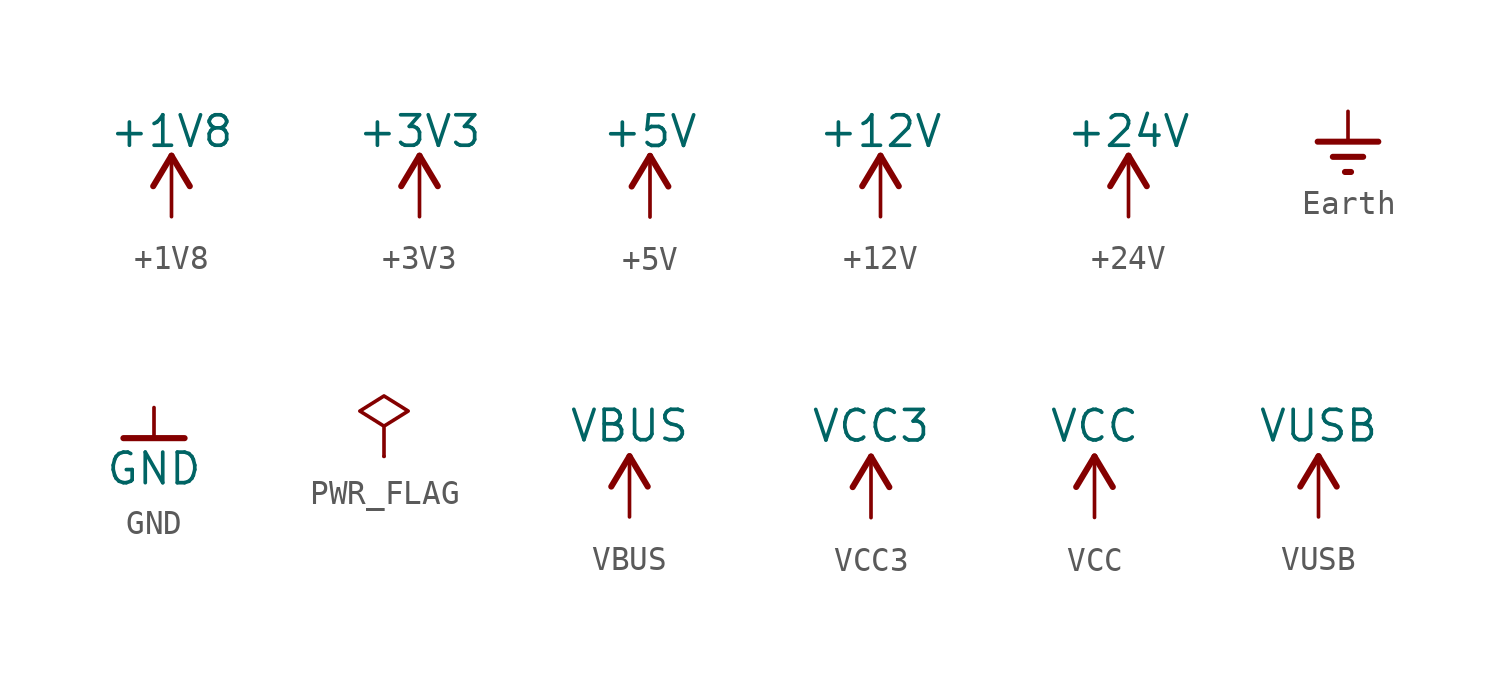
<source format=kicad_sym>
(kicad_symbol_lib
  (version 20211014)
  (generator kicad_symbol_editor)
  (symbol "+1V8"
    (power)
    (pin_names
      (offset 0))
    (property "Reference" "#PWR"
      (at 0 -3.81 0)
      (effects (font (size 1.27 1.27)) hide))
    (property "Value" "+1V8"
      (at 0 3.556 0)
      (effects (font (size 1.27 1.27))))
    (symbol "+1V8_0_1"
      (polyline (pts (xy -0.762 1.27) (xy 0 2.54)) (stroke (width 0.254) (type default) (color 0 0 0 0)) (fill (type none)))
      (polyline (pts (xy 0 0) (xy 0 2.54)) (stroke (width 0) (type default) (color 0 0 0 0)) (fill (type none)))
      (polyline (pts (xy 0 2.54) (xy 0.762 1.27)) (stroke (width 0.254) (type default) (color 0 0 0 0)) (fill (type none))))
    (symbol "+1V8_1_1"
      (pin power_in line (at 0 0 90) (length 0) hide (name "+1V8" (effects (font (size 1.27 1.27)))) (number "1" (effects (font (size 1.27 1.27)))))))
  (symbol "+3V3"
    (power)
    (pin_names
      (offset 0))
    (property "Reference" "#PWR"
      (at 0 -3.81 0)
      (effects (font (size 1.27 1.27)) hide))
    (property "Value" "+3V3"
      (at 0 3.556 0)
      (effects (font (size 1.27 1.27))))
    (symbol "+3V3_0_1"
      (polyline (pts (xy -0.762 1.27) (xy 0 2.54)) (stroke (width 0.254) (type default) (color 0 0 0 0)) (fill (type none)))
      (polyline (pts (xy 0 0) (xy 0 2.54)) (stroke (width 0) (type default) (color 0 0 0 0)) (fill (type none)))
      (polyline (pts (xy 0 2.54) (xy 0.762 1.27)) (stroke (width 0.254) (type default) (color 0 0 0 0)) (fill (type none))))
    (symbol "+3V3_1_1"
      (pin power_in line (at 0 0 90) (length 0) hide (name "+3V3" (effects (font (size 1.27 1.27)))) (number "1" (effects (font (size 1.27 1.27)))))))
  (symbol "+5V"
    (power)
    (pin_names
      (offset 0))
    (property "Reference" "#PWR"
      (at 0 -3.81 0)
      (effects (font (size 1.27 1.27)) hide))
    (property "Value" "+5V"
      (at 0 3.556 0)
      (effects (font (size 1.27 1.27))))
    (symbol "+5V_0_1"
      (polyline (pts (xy -0.762 1.27) (xy 0 2.54)) (stroke (width 0.254) (type default) (color 0 0 0 0)) (fill (type none)))
      (polyline (pts (xy 0 0) (xy 0 2.54)) (stroke (width 0) (type default) (color 0 0 0 0)) (fill (type none)))
      (polyline (pts (xy 0 2.54) (xy 0.762 1.27)) (stroke (width 0.254) (type default) (color 0 0 0 0)) (fill (type none))))
    (symbol "+5V_1_1"
      (pin power_in line (at 0 0 90) (length 0) hide (name "+5V" (effects (font (size 1.27 1.27)))) (number "1" (effects (font (size 1.27 1.27)))))))
  (symbol "+12V"
    (power)
    (pin_names
      (offset 0))
    (property "Reference" "#PWR"
      (at 0 -3.81 0)
      (effects (font (size 1.27 1.27)) hide))
    (property "Value" "+12V"
      (at 0 3.556 0)
      (effects (font (size 1.27 1.27))))
    (symbol "+12V_0_1"
      (polyline (pts (xy -0.762 1.27) (xy 0 2.54)) (stroke (width 0.254) (type default) (color 0 0 0 0)) (fill (type none)))
      (polyline (pts (xy 0 0) (xy 0 2.54)) (stroke (width 0) (type default) (color 0 0 0 0)) (fill (type none)))
      (polyline (pts (xy 0 2.54) (xy 0.762 1.27)) (stroke (width 0.254) (type default) (color 0 0 0 0)) (fill (type none))))
    (symbol "+12V_1_1"
      (pin power_in line (at 0 0 90) (length 0) hide (name "+12V" (effects (font (size 1.27 1.27)))) (number "1" (effects (font (size 1.27 1.27)))))))
  (symbol "+24V"
    (power)
    (pin_names
      (offset 0))
    (property "Reference" "#PWR"
      (at 0 -3.81 0)
      (effects (font (size 1.27 1.27)) hide))
    (property "Value" "+24V"
      (at 0 3.556 0)
      (effects (font (size 1.27 1.27))))
    (symbol "+24V_0_1"
      (polyline (pts (xy -0.762 1.27) (xy 0 2.54)) (stroke (width 0.254) (type default) (color 0 0 0 0)) (fill (type none)))
      (polyline (pts (xy 0 0) (xy 0 2.54)) (stroke (width 0) (type default) (color 0 0 0 0)) (fill (type none)))
      (polyline (pts (xy 0 2.54) (xy 0.762 1.27)) (stroke (width 0.254) (type default) (color 0 0 0 0)) (fill (type none))))
    (symbol "+24V_1_1"
      (pin power_in line (at 0 0 90) (length 0) hide (name "+24V" (effects (font (size 1.27 1.27)))) (number "1" (effects (font (size 1.27 1.27)))))))
  (symbol "Earth"
    (power)
    (pin_names
      (offset 0))
    (property "Reference" "#PWR"
      (at 0 -6.35 0)
      (effects (font (size 1.27 1.27)) hide))
    (symbol "Earth_0_1"
      (polyline (pts (xy -0.635 -1.905) (xy 0.635 -1.905)) (stroke (width 0.254) (type default) (color 0 0 0 0)) (fill (type none)))
      (polyline (pts (xy -0.127 -2.54) (xy 0.127 -2.54)) (stroke (width 0.254) (type default) (color 0 0 0 0)) (fill (type none)))
      (polyline (pts (xy 0 -1.27) (xy 0 0)) (stroke (width 0) (type default) (color 0 0 0 0)) (fill (type none)))
      (polyline (pts (xy 1.27 -1.27) (xy -1.27 -1.27)) (stroke (width 0.254) (type default) (color 0 0 0 0)) (fill (type none))))
    (symbol "Earth_1_1"
      (pin power_in line (at 0 0 270) (length 0) hide (name "Earth" (effects (font (size 1.27 1.27)))) (number "1" (effects (font (size 1.27 1.27)))))))
  (symbol "GND"
    (power)
    (pin_names
      (offset 0))
    (property "Reference" "#PWR"
      (at 0 -6.35 0)
      (effects (font (size 1.27 1.27)) hide))
    (property "Value" "GND"
      (at 0 -2.54 0)
      (effects (font (size 1.27 1.27))))
    (symbol "GND_0_1"
      (polyline (pts (xy 0 -1.27) (xy 0 0)) (stroke (width 0) (type default) (color 0 0 0 0)) (fill (type none)))
      (polyline (pts (xy 1.27 -1.27) (xy -1.27 -1.27)) (stroke (width 0.254) (type default) (color 0 0 0 0)) (fill (type none))))
    (symbol "GND_1_1"
      (pin power_in line (at 0 0 270) (length 0) hide (name "GND" (effects (font (size 1.27 1.27)))) (number "1" (effects (font (size 1.27 1.27)))))))
  (symbol "PWR_FLAG"
    (power)
    (pin_numbers hide)
    (pin_names
      (offset 0) hide)
    (property "Reference" "#FLG"
      (at 0 1.905 0)
      (effects (font (size 1.27 1.27)) hide))
    (symbol "PWR_FLAG_0_0"
      (pin power_out line (at 0 0 90) (length 0) (name "pwr" (effects (font (size 1.27 1.27)))) (number "1" (effects (font (size 1.27 1.27))))))
    (symbol "PWR_FLAG_0_1"
      (polyline (pts (xy 0 0) (xy 0 1.27) (xy -1.016 1.905) (xy 0 2.54) (xy 1.016 1.905) (xy 0 1.27)) (stroke (width 0) (type default) (color 0 0 0 0)) (fill (type none)))))
  (symbol "VBUS"
    (power)
    (pin_names
      (offset 0))
    (property "Reference" "#PWR"
      (at 0 -3.81 0)
      (effects (font (size 1.27 1.27)) hide))
    (property "Value" "VBUS"
      (at 0 3.81 0)
      (effects (font (size 1.27 1.27))))
    (symbol "VBUS_0_1"
      (polyline (pts (xy -0.762 1.27) (xy 0 2.54)) (stroke (width 0.254) (type default) (color 0 0 0 0)) (fill (type none)))
      (polyline (pts (xy 0 0) (xy 0 2.54)) (stroke (width 0) (type default) (color 0 0 0 0)) (fill (type none)))
      (polyline (pts (xy 0 2.54) (xy 0.762 1.27)) (stroke (width 0.254) (type default) (color 0 0 0 0)) (fill (type none))))
    (symbol "VBUS_1_1"
      (pin power_in line (at 0 0 90) (length 0) hide (name "VBUS" (effects (font (size 1.27 1.27)))) (number "1" (effects (font (size 1.27 1.27)))))))
  (symbol "VCC3"
    (power)
    (pin_names
      (offset 0))
    (property "Reference" "#PWR"
      (at 0 -3.81 0)
      (effects (font (size 1.27 1.27)) hide))
    (property "Value" "VCC3"
      (at 0 3.81 0)
      (effects (font (size 1.27 1.27))))
    (symbol "VCC3_0_1"
      (polyline (pts (xy -0.762 1.27) (xy 0 2.54)) (stroke (width 0.254) (type default) (color 0 0 0 0)) (fill (type none)))
      (polyline (pts (xy 0 0) (xy 0 2.54)) (stroke (width 0) (type default) (color 0 0 0 0)) (fill (type none)))
      (polyline (pts (xy 0 2.54) (xy 0.762 1.27)) (stroke (width 0.254) (type default) (color 0 0 0 0)) (fill (type none))))
    (symbol "VCC3_1_1"
      (pin power_in line (at 0 0 90) (length 0) hide (name "VCC3" (effects (font (size 1.27 1.27)))) (number "1" (effects (font (size 1.27 1.27)))))))
  (symbol "VCC"
    (power)
    (pin_names
      (offset 0))
    (property "Reference" "#PWR"
      (at 0 -3.81 0)
      (effects (font (size 1.27 1.27)) hide))
    (property "Value" "VCC"
      (at 0 3.81 0)
      (effects (font (size 1.27 1.27))))
    (symbol "VCC_0_1"
      (polyline (pts (xy -0.762 1.27) (xy 0 2.54)) (stroke (width 0.254) (type default) (color 0 0 0 0)) (fill (type none)))
      (polyline (pts (xy 0 0) (xy 0 2.54)) (stroke (width 0) (type default) (color 0 0 0 0)) (fill (type none)))
      (polyline (pts (xy 0 2.54) (xy 0.762 1.27)) (stroke (width 0.254) (type default) (color 0 0 0 0)) (fill (type none))))
    (symbol "VCC_1_1"
      (pin power_in line (at 0 0 90) (length 0) hide (name "VCC" (effects (font (size 1.27 1.27)))) (number "1" (effects (font (size 1.27 1.27)))))))
  (symbol "VUSB"
    (power)
    (pin_names
      (offset 0))
    (property "Reference" "#PWR"
      (at 0 -3.81 0)
      (effects (font (size 1.27 1.27)) hide))
    (property "Value" "VUSB"
      (at 0 3.81 0)
      (effects (font (size 1.27 1.27))))
    (symbol "VUSB_0_1"
      (polyline (pts (xy -0.762 1.27) (xy 0 2.54)) (stroke (width 0.254) (type default) (color 0 0 0 0)) (fill (type none)))
      (polyline (pts (xy 0 0) (xy 0 2.54)) (stroke (width 0) (type default) (color 0 0 0 0)) (fill (type none)))
      (polyline (pts (xy 0 2.54) (xy 0.762 1.27)) (stroke (width 0.254) (type default) (color 0 0 0 0)) (fill (type none))))
    (symbol "VUSB_1_1"
      (pin power_in line (at 0 0 90) (length 0) hide (name "VUSB" (effects (font (size 1.27 1.27)))) (number "1" (effects (font (size 1.27 1.27))))))))
</source>
